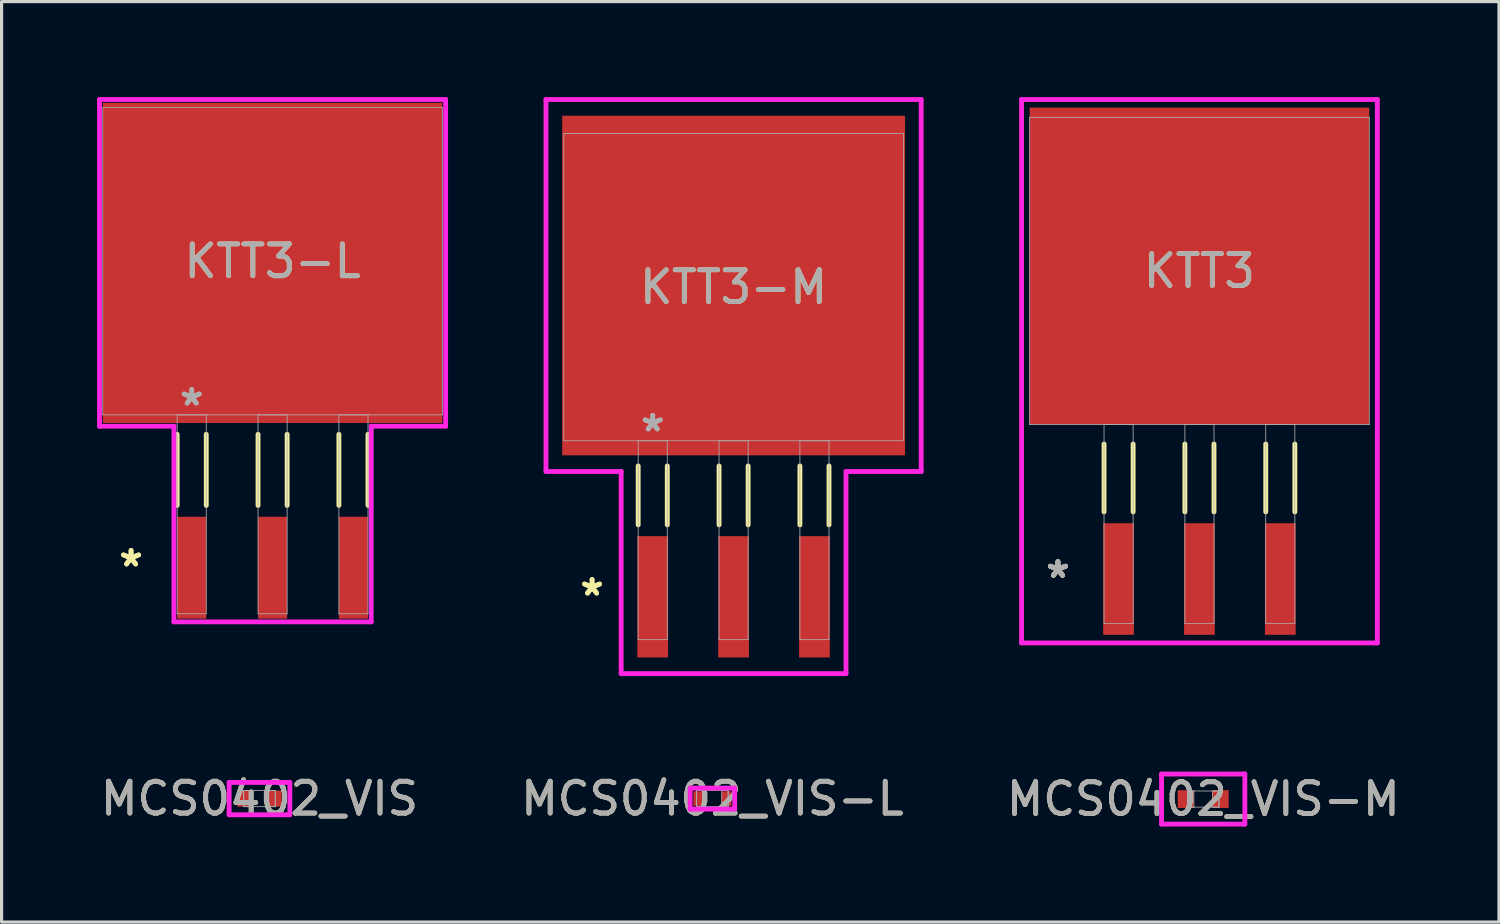
<source format=kicad_pcb>
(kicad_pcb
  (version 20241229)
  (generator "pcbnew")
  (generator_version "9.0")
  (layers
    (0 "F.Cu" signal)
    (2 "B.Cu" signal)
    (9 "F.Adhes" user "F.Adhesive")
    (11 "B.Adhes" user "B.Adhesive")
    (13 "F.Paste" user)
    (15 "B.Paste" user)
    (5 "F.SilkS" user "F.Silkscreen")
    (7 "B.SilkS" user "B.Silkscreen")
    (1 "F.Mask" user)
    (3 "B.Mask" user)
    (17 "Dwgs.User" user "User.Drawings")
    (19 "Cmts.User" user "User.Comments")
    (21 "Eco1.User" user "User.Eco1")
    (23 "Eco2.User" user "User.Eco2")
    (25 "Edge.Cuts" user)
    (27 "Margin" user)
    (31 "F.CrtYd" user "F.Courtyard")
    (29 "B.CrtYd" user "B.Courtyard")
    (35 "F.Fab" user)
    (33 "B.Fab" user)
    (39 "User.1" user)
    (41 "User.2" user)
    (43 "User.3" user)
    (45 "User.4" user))
  (footprint "KTT3"
    (layer "F.Cu")
    (at 34.626 5.461)
    (property "Reference" "KTT3" (at 0 0 0) (unlocked yes) (layer "F.SilkS") (effects (font (size 1 1) (thickness 0.15))))
    (attr smd)
    (fp_line (start -2.997 5.436) (end -2.997 7.569) (stroke (width 0.152) (type solid)) (layer "F.SilkS"))
    (fp_line (start -2.083 5.436) (end -2.083 7.569) (stroke (width 0.152) (type solid)) (layer "F.SilkS"))
    (fp_line (start -0.457 5.436) (end -0.457 7.569) (stroke (width 0.152) (type solid)) (layer "F.SilkS"))
    (fp_line (start 0.457 5.436) (end 0.457 7.569) (stroke (width 0.152) (type solid)) (layer "F.SilkS"))
    (fp_line (start 2.083 5.436) (end 2.083 7.569) (stroke (width 0.152) (type solid)) (layer "F.SilkS"))
    (fp_line (start 2.997 5.436) (end 2.997 7.569) (stroke (width 0.152) (type solid)) (layer "F.SilkS"))
    (fp_line (start -5.588 -5.385) (end 5.588 -5.385) (stroke (width 0.152) (type solid)) (layer "F.CrtYd"))
    (fp_line (start -5.588 11.684) (end -5.588 -5.385) (stroke (width 0.152) (type solid)) (layer "F.CrtYd"))
    (fp_line (start 5.588 -5.385) (end 5.588 11.684) (stroke (width 0.152) (type solid)) (layer "F.CrtYd"))
    (fp_line (start 5.588 11.684) (end -5.588 11.684) (stroke (width 0.152) (type solid)) (layer "F.CrtYd"))
    (fp_line (start -5.334 -4.826) (end -5.334 4.826) (stroke (width 0.025) (type solid)) (layer "F.Fab"))
    (fp_line (start -5.334 4.826) (end 5.334 4.826) (stroke (width 0.025) (type solid)) (layer "F.Fab"))
    (fp_line (start -2.997 4.826) (end -2.997 11.074) (stroke (width 0.025) (type solid)) (layer "F.Fab"))
    (fp_line (start -2.997 11.074) (end -2.083 11.074) (stroke (width 0.025) (type solid)) (layer "F.Fab"))
    (fp_line (start -2.083 4.826) (end -2.997 4.826) (stroke (width 0.025) (type solid)) (layer "F.Fab"))
    (fp_line (start -2.083 11.074) (end -2.083 4.826) (stroke (width 0.025) (type solid)) (layer "F.Fab"))
    (fp_line (start -0.457 4.826) (end -0.457 11.074) (stroke (width 0.025) (type solid)) (layer "F.Fab"))
    (fp_line (start -0.457 11.074) (end 0.457 11.074) (stroke (width 0.025) (type solid)) (layer "F.Fab"))
    (fp_line (start 0.457 4.826) (end -0.457 4.826) (stroke (width 0.025) (type solid)) (layer "F.Fab"))
    (fp_line (start 0.457 11.074) (end 0.457 4.826) (stroke (width 0.025) (type solid)) (layer "F.Fab"))
    (fp_line (start 2.083 4.826) (end 2.083 11.074) (stroke (width 0.025) (type solid)) (layer "F.Fab"))
    (fp_line (start 2.083 11.074) (end 2.997 11.074) (stroke (width 0.025) (type solid)) (layer "F.Fab"))
    (fp_line (start 2.997 4.826) (end 2.083 4.826) (stroke (width 0.025) (type solid)) (layer "F.Fab"))
    (fp_line (start 2.997 11.074) (end 2.997 4.826) (stroke (width 0.025) (type solid)) (layer "F.Fab"))
    (fp_line (start 5.334 -4.826) (end -5.334 -4.826) (stroke (width 0.025) (type solid)) (layer "F.Fab"))
    (fp_line (start 5.334 4.826) (end 5.334 -4.826) (stroke (width 0.025) (type solid)) (layer "F.Fab"))
    (fp_text user "*" (at -4.445 9.677 0) (unlocked yes) (layer "F.SilkS") (effects (font (size 1 1) (thickness 0.15))))
    (fp_text user "*" (at -4.445 9.677 0) (layer "F.SilkS") (effects (font (size 1 1) (thickness 0.15))))
    (fp_text user "*" (at -4.445 9.677 0) (layer "F.Fab") (effects (font (size 1 1) (thickness 0.15))))
    (fp_text user "*" (at -4.445 9.677 0) (unlocked yes) (layer "F.Fab") (effects (font (size 1 1) (thickness 0.15))))
    (fp_text user "${REFERENCE}" (at 0 0 0) (unlocked yes) (layer "F.Fab") (effects (font (size 1 1) (thickness 0.15))))
    (pad "1" smd rect (at -2.54 9.677) (size 0.965 3.505) (layers "F.Cu" "F.Mask" "F.Paste"))
    (pad "2" smd rect (at 0 9.677) (size 0.965 3.505) (layers "F.Cu" "F.Mask" "F.Paste"))
    (pad "3" smd rect (at 2.54 9.677) (size 0.965 3.505) (layers "F.Cu" "F.Mask" "F.Paste"))
    (pad "4" smd rect (at 0 -0.152) (size 10.668 9.957) (layers "F.Cu" "F.Mask" "F.Paste")))
  (footprint "MCS0402_VIS-L"
    (layer "F.Cu")
    (at 19.327 22.035)
    (property "Reference" "MCS0402_VIS-L" (at 0 0 0) (unlocked yes) (layer "F.SilkS") (effects (font (size 1 1) (thickness 0.15))))
    (attr smd)
    (fp_line (start -0.699 -0.33) (end 0.699 -0.33) (stroke (width 0.152) (type solid)) (layer "F.CrtYd"))
    (fp_line (start -0.699 0.33) (end -0.699 -0.33) (stroke (width 0.152) (type solid)) (layer "F.CrtYd"))
    (fp_line (start 0.699 -0.33) (end 0.699 0.33) (stroke (width 0.152) (type solid)) (layer "F.CrtYd"))
    (fp_line (start 0.699 0.33) (end -0.699 0.33) (stroke (width 0.152) (type solid)) (layer "F.CrtYd"))
    (fp_line (start -0.495 -0.254) (end -0.495 0.254) (stroke (width 0.025) (type solid)) (layer "F.Fab"))
    (fp_line (start -0.495 -0.254) (end -0.495 0.254) (stroke (width 0.025) (type solid)) (layer "F.Fab"))
    (fp_line (start -0.495 0.254) (end -0.292 0.254) (stroke (width 0.025) (type solid)) (layer "F.Fab"))
    (fp_line (start -0.495 0.254) (end 0.495 0.254) (stroke (width 0.025) (type solid)) (layer "F.Fab"))
    (fp_line (start -0.292 -0.254) (end -0.495 -0.254) (stroke (width 0.025) (type solid)) (layer "F.Fab"))
    (fp_line (start -0.292 0.254) (end -0.292 -0.254) (stroke (width 0.025) (type solid)) (layer "F.Fab"))
    (fp_line (start 0.292 -0.254) (end 0.292 0.254) (stroke (width 0.025) (type solid)) (layer "F.Fab"))
    (fp_line (start 0.292 0.254) (end 0.495 0.254) (stroke (width 0.025) (type solid)) (layer "F.Fab"))
    (fp_line (start 0.495 -0.254) (end -0.495 -0.254) (stroke (width 0.025) (type solid)) (layer "F.Fab"))
    (fp_line (start 0.495 -0.254) (end 0.292 -0.254) (stroke (width 0.025) (type solid)) (layer "F.Fab"))
    (fp_line (start 0.495 0.254) (end 0.495 -0.254) (stroke (width 0.025) (type solid)) (layer "F.Fab"))
    (fp_line (start 0.495 0.254) (end 0.495 -0.254) (stroke (width 0.025) (type solid)) (layer "F.Fab"))
    (fp_text user "${REFERENCE}" (at 0 0 0) (unlocked yes) (layer "F.Fab") (effects (font (size 1 1) (thickness 0.15))))
    (pad "1" smd rect (at -0.445 0) (size 0.305 0.457) (layers "F.Cu" "F.Mask" "F.Paste"))
    (pad "2" smd rect (at 0.445 0) (size 0.305 0.457) (layers "F.Cu" "F.Mask" "F.Paste"))
    (zone (net_name "") (layer "F.Cu") (hatch full 0.508) (connect_pads) (min_thickness 0.254) (filled_areas_thickness no) (keepout (tracks not_allowed) (vias not_allowed) (pads allowed) (copperpour not_allowed) (footprints allowed)) (placement (enabled no)) (fill) (polygon (pts (xy 19.086 21.831) (xy 19.569 21.831) (xy 19.569 22.238) (xy 19.086 22.238)))))
  (footprint "KTT3-M"
    (layer "F.Cu")
    (at 19.993 5.969)
    (property "Reference" "KTT3-M" (at 0 0 0) (unlocked yes) (layer "F.SilkS") (effects (font (size 1 1) (thickness 0.15))))
    (attr smd)
    (fp_line (start -2.997 5.616) (end -2.997 7.468) (stroke (width 0.152) (type solid)) (layer "F.SilkS"))
    (fp_line (start -2.083 5.616) (end -2.083 7.468) (stroke (width 0.152) (type solid)) (layer "F.SilkS"))
    (fp_line (start -0.457 5.616) (end -0.457 7.468) (stroke (width 0.152) (type solid)) (layer "F.SilkS"))
    (fp_line (start 0.457 5.616) (end 0.457 7.468) (stroke (width 0.152) (type solid)) (layer "F.SilkS"))
    (fp_line (start 2.083 5.616) (end 2.083 7.468) (stroke (width 0.152) (type solid)) (layer "F.SilkS"))
    (fp_line (start 2.997 5.616) (end 2.997 7.468) (stroke (width 0.152) (type solid)) (layer "F.SilkS"))
    (fp_line (start -5.893 -5.893) (end 5.893 -5.893) (stroke (width 0.152) (type solid)) (layer "F.CrtYd"))
    (fp_line (start -5.893 5.791) (end -5.893 -5.893) (stroke (width 0.152) (type solid)) (layer "F.CrtYd"))
    (fp_line (start -3.531 5.791) (end -5.893 5.791) (stroke (width 0.152) (type solid)) (layer "F.CrtYd"))
    (fp_line (start -3.531 12.141) (end -3.531 5.791) (stroke (width 0.152) (type solid)) (layer "F.CrtYd"))
    (fp_line (start 3.531 5.791) (end 3.531 12.141) (stroke (width 0.152) (type solid)) (layer "F.CrtYd"))
    (fp_line (start 3.531 12.141) (end -3.531 12.141) (stroke (width 0.152) (type solid)) (layer "F.CrtYd"))
    (fp_line (start 5.893 -5.893) (end 5.893 5.791) (stroke (width 0.152) (type solid)) (layer "F.CrtYd"))
    (fp_line (start 5.893 5.791) (end 3.531 5.791) (stroke (width 0.152) (type solid)) (layer "F.CrtYd"))
    (fp_line (start -5.334 -4.826) (end -5.334 4.826) (stroke (width 0.025) (type solid)) (layer "F.Fab"))
    (fp_line (start -5.334 4.826) (end 5.334 4.826) (stroke (width 0.025) (type solid)) (layer "F.Fab"))
    (fp_line (start -2.997 4.826) (end -2.997 11.074) (stroke (width 0.025) (type solid)) (layer "F.Fab"))
    (fp_line (start -2.997 11.074) (end -2.083 11.074) (stroke (width 0.025) (type solid)) (layer "F.Fab"))
    (fp_line (start -2.083 4.826) (end -2.997 4.826) (stroke (width 0.025) (type solid)) (layer "F.Fab"))
    (fp_line (start -2.083 11.074) (end -2.083 4.826) (stroke (width 0.025) (type solid)) (layer "F.Fab"))
    (fp_line (start -0.457 4.826) (end -0.457 11.074) (stroke (width 0.025) (type solid)) (layer "F.Fab"))
    (fp_line (start -0.457 11.074) (end 0.457 11.074) (stroke (width 0.025) (type solid)) (layer "F.Fab"))
    (fp_line (start 0.457 4.826) (end -0.457 4.826) (stroke (width 0.025) (type solid)) (layer "F.Fab"))
    (fp_line (start 0.457 11.074) (end 0.457 4.826) (stroke (width 0.025) (type solid)) (layer "F.Fab"))
    (fp_line (start 2.083 4.826) (end 2.083 11.074) (stroke (width 0.025) (type solid)) (layer "F.Fab"))
    (fp_line (start 2.083 11.074) (end 2.997 11.074) (stroke (width 0.025) (type solid)) (layer "F.Fab"))
    (fp_line (start 2.997 4.826) (end 2.083 4.826) (stroke (width 0.025) (type solid)) (layer "F.Fab"))
    (fp_line (start 2.997 11.074) (end 2.997 4.826) (stroke (width 0.025) (type solid)) (layer "F.Fab"))
    (fp_line (start 5.334 -4.826) (end -5.334 -4.826) (stroke (width 0.025) (type solid)) (layer "F.Fab"))
    (fp_line (start 5.334 4.826) (end 5.334 -4.826) (stroke (width 0.025) (type solid)) (layer "F.Fab"))
    (fp_text user "*" (at -4.445 9.728 0) (layer "F.SilkS") (effects (font (size 1 1) (thickness 0.15))))
    (fp_text user "*" (at -4.445 9.728 0) (unlocked yes) (layer "F.SilkS") (effects (font (size 1 1) (thickness 0.15))))
    (fp_text user "${REFERENCE}" (at 0 0 0) (unlocked yes) (layer "F.Fab") (effects (font (size 1 1) (thickness 0.15))))
    (fp_text user "*" (at -2.54 4.572 0) (unlocked yes) (layer "F.Fab") (effects (font (size 1 1) (thickness 0.15))))
    (fp_text user "*" (at -2.54 4.572 0) (layer "F.Fab") (effects (font (size 1 1) (thickness 0.15))))
    (pad "1" smd rect (at -2.54 9.728) (size 0.965 3.81) (layers "F.Cu" "F.Mask" "F.Paste"))
    (pad "2" smd rect (at 0 9.728) (size 0.965 3.81) (layers "F.Cu" "F.Mask" "F.Paste"))
    (pad "3" smd rect (at 2.54 9.728) (size 0.965 3.81) (layers "F.Cu" "F.Mask" "F.Paste"))
    (pad "4" smd rect (at 0 -0.051) (size 10.77 10.668) (layers "F.Cu" "F.Mask" "F.Paste")))
  (footprint "MCS0402_VIS-M"
    (layer "F.Cu")
    (at 34.744 22.05)
    (property "Reference" "MCS0402_VIS-M" (at 0 0 0) (unlocked yes) (layer "F.SilkS") (effects (font (size 1 1) (thickness 0.15))))
    (attr smd)
    (fp_line (start -1.308 -0.787) (end 1.308 -0.787) (stroke (width 0.152) (type solid)) (layer "F.CrtYd"))
    (fp_line (start -1.308 0.787) (end -1.308 -0.787) (stroke (width 0.152) (type solid)) (layer "F.CrtYd"))
    (fp_line (start 1.308 -0.787) (end 1.308 0.787) (stroke (width 0.152) (type solid)) (layer "F.CrtYd"))
    (fp_line (start 1.308 0.787) (end -1.308 0.787) (stroke (width 0.152) (type solid)) (layer "F.CrtYd"))
    (fp_line (start -0.495 -0.254) (end -0.495 0.254) (stroke (width 0.025) (type solid)) (layer "F.Fab"))
    (fp_line (start -0.495 -0.254) (end -0.495 0.254) (stroke (width 0.025) (type solid)) (layer "F.Fab"))
    (fp_line (start -0.495 0.254) (end -0.292 0.254) (stroke (width 0.025) (type solid)) (layer "F.Fab"))
    (fp_line (start -0.495 0.254) (end 0.495 0.254) (stroke (width 0.025) (type solid)) (layer "F.Fab"))
    (fp_line (start -0.292 -0.254) (end -0.495 -0.254) (stroke (width 0.025) (type solid)) (layer "F.Fab"))
    (fp_line (start -0.292 0.254) (end -0.292 -0.254) (stroke (width 0.025) (type solid)) (layer "F.Fab"))
    (fp_line (start 0.292 -0.254) (end 0.292 0.254) (stroke (width 0.025) (type solid)) (layer "F.Fab"))
    (fp_line (start 0.292 0.254) (end 0.495 0.254) (stroke (width 0.025) (type solid)) (layer "F.Fab"))
    (fp_line (start 0.495 -0.254) (end -0.495 -0.254) (stroke (width 0.025) (type solid)) (layer "F.Fab"))
    (fp_line (start 0.495 -0.254) (end 0.292 -0.254) (stroke (width 0.025) (type solid)) (layer "F.Fab"))
    (fp_line (start 0.495 0.254) (end 0.495 -0.254) (stroke (width 0.025) (type solid)) (layer "F.Fab"))
    (fp_line (start 0.495 0.254) (end 0.495 -0.254) (stroke (width 0.025) (type solid)) (layer "F.Fab"))
    (fp_text user "${REFERENCE}" (at 0 0 0) (unlocked yes) (layer "F.Fab") (effects (font (size 1 1) (thickness 0.15))))
    (pad "1" smd rect (at -0.546 0) (size 0.508 0.559) (layers "F.Cu" "F.Mask" "F.Paste"))
    (pad "2" smd rect (at 0.546 0) (size 0.508 0.559) (layers "F.Cu" "F.Mask" "F.Paste"))
    (zone (net_name "") (layer "F.Cu") (hatch full 0.508) (connect_pads) (min_thickness 0.254) (filled_areas_thickness no) (keepout (tracks not_allowed) (vias not_allowed) (pads allowed) (copperpour not_allowed) (footprints allowed)) (placement (enabled no)) (fill) (polygon (pts (xy 34.503 21.847) (xy 34.985 21.847) (xy 34.985 22.253) (xy 34.503 22.253)))))
  (footprint "KTT3-L"
    (layer "F.Cu")
    (at 5.512 5.156)
    (property "Reference" "KTT3-L" (at 0 0 0) (unlocked yes) (layer "F.SilkS") (effects (font (size 1 1) (thickness 0.15))))
    (attr smd)
    (fp_line (start -2.997 5.436) (end -2.997 7.671) (stroke (width 0.152) (type solid)) (layer "F.SilkS"))
    (fp_line (start -2.083 5.436) (end -2.083 7.671) (stroke (width 0.152) (type solid)) (layer "F.SilkS"))
    (fp_line (start -0.457 5.436) (end -0.457 7.671) (stroke (width 0.152) (type solid)) (layer "F.SilkS"))
    (fp_line (start 0.457 5.436) (end 0.457 7.671) (stroke (width 0.152) (type solid)) (layer "F.SilkS"))
    (fp_line (start 2.083 5.436) (end 2.083 7.671) (stroke (width 0.152) (type solid)) (layer "F.SilkS"))
    (fp_line (start 2.997 5.436) (end 2.997 7.671) (stroke (width 0.152) (type solid)) (layer "F.SilkS"))
    (fp_line (start -5.436 -5.08) (end 5.436 -5.08) (stroke (width 0.152) (type solid)) (layer "F.CrtYd"))
    (fp_line (start -5.436 5.182) (end -5.436 -5.08) (stroke (width 0.152) (type solid)) (layer "F.CrtYd"))
    (fp_line (start -3.099 5.182) (end -5.436 5.182) (stroke (width 0.152) (type solid)) (layer "F.CrtYd"))
    (fp_line (start -3.099 11.328) (end -3.099 5.182) (stroke (width 0.152) (type solid)) (layer "F.CrtYd"))
    (fp_line (start 3.099 5.182) (end 3.099 11.328) (stroke (width 0.152) (type solid)) (layer "F.CrtYd"))
    (fp_line (start 3.099 11.328) (end -3.099 11.328) (stroke (width 0.152) (type solid)) (layer "F.CrtYd"))
    (fp_line (start 5.436 -5.08) (end 5.436 5.182) (stroke (width 0.152) (type solid)) (layer "F.CrtYd"))
    (fp_line (start 5.436 5.182) (end 3.099 5.182) (stroke (width 0.152) (type solid)) (layer "F.CrtYd"))
    (fp_line (start -5.334 -4.826) (end -5.334 4.826) (stroke (width 0.025) (type solid)) (layer "F.Fab"))
    (fp_line (start -5.334 4.826) (end 5.334 4.826) (stroke (width 0.025) (type solid)) (layer "F.Fab"))
    (fp_line (start -2.997 4.826) (end -2.997 11.074) (stroke (width 0.025) (type solid)) (layer "F.Fab"))
    (fp_line (start -2.997 11.074) (end -2.083 11.074) (stroke (width 0.025) (type solid)) (layer "F.Fab"))
    (fp_line (start -2.083 4.826) (end -2.997 4.826) (stroke (width 0.025) (type solid)) (layer "F.Fab"))
    (fp_line (start -2.083 11.074) (end -2.083 4.826) (stroke (width 0.025) (type solid)) (layer "F.Fab"))
    (fp_line (start -0.457 4.826) (end -0.457 11.074) (stroke (width 0.025) (type solid)) (layer "F.Fab"))
    (fp_line (start -0.457 11.074) (end 0.457 11.074) (stroke (width 0.025) (type solid)) (layer "F.Fab"))
    (fp_line (start 0.457 4.826) (end -0.457 4.826) (stroke (width 0.025) (type solid)) (layer "F.Fab"))
    (fp_line (start 0.457 11.074) (end 0.457 4.826) (stroke (width 0.025) (type solid)) (layer "F.Fab"))
    (fp_line (start 2.083 4.826) (end 2.083 11.074) (stroke (width 0.025) (type solid)) (layer "F.Fab"))
    (fp_line (start 2.083 11.074) (end 2.997 11.074) (stroke (width 0.025) (type solid)) (layer "F.Fab"))
    (fp_line (start 2.997 4.826) (end 2.083 4.826) (stroke (width 0.025) (type solid)) (layer "F.Fab"))
    (fp_line (start 2.997 11.074) (end 2.997 4.826) (stroke (width 0.025) (type solid)) (layer "F.Fab"))
    (fp_line (start 5.334 -4.826) (end -5.334 -4.826) (stroke (width 0.025) (type solid)) (layer "F.Fab"))
    (fp_line (start 5.334 4.826) (end 5.334 -4.826) (stroke (width 0.025) (type solid)) (layer "F.Fab"))
    (fp_text user "*" (at -4.445 9.627 0) (unlocked yes) (layer "F.SilkS") (effects (font (size 1 1) (thickness 0.15))))
    (fp_text user "*" (at -4.445 9.627 0) (layer "F.SilkS") (effects (font (size 1 1) (thickness 0.15))))
    (fp_text user "${REFERENCE}" (at 0 0 0) (unlocked yes) (layer "F.Fab") (effects (font (size 1 1) (thickness 0.15))))
    (fp_text user "*" (at -2.54 4.572 0) (layer "F.Fab") (effects (font (size 1 1) (thickness 0.15))))
    (fp_text user "*" (at -2.54 4.572 0) (unlocked yes) (layer "F.Fab") (effects (font (size 1 1) (thickness 0.15))))
    (pad "1" smd rect (at -2.54 9.627) (size 0.914 3.2) (layers "F.Cu" "F.Mask" "F.Paste"))
    (pad "2" smd rect (at 0 9.627) (size 0.914 3.2) (layers "F.Cu" "F.Mask" "F.Paste"))
    (pad "3" smd rect (at 2.54 9.627) (size 0.914 3.2) (layers "F.Cu" "F.Mask" "F.Paste"))
    (pad "4" smd rect (at 0 0.051) (size 10.668 10.058) (layers "F.Cu" "F.Mask" "F.Paste")))
  (footprint "MCS0402_VIS"
    (layer "F.Cu")
    (at 5.101 22.035)
    (property "Reference" "MCS0402_VIS" (at 0 0 0) (unlocked yes) (layer "F.SilkS") (effects (font (size 1 1) (thickness 0.15))))
    (attr smd)
    (fp_line (start -0.953 -0.508) (end 0.953 -0.508) (stroke (width 0.152) (type solid)) (layer "F.CrtYd"))
    (fp_line (start -0.953 0.508) (end -0.953 -0.508) (stroke (width 0.152) (type solid)) (layer "F.CrtYd"))
    (fp_line (start 0.953 -0.508) (end 0.953 0.508) (stroke (width 0.152) (type solid)) (layer "F.CrtYd"))
    (fp_line (start 0.953 0.508) (end -0.953 0.508) (stroke (width 0.152) (type solid)) (layer "F.CrtYd"))
    (fp_line (start -0.495 -0.254) (end -0.495 0.254) (stroke (width 0.025) (type solid)) (layer "F.Fab"))
    (fp_line (start -0.495 -0.254) (end -0.495 0.254) (stroke (width 0.025) (type solid)) (layer "F.Fab"))
    (fp_line (start -0.495 0.254) (end -0.292 0.254) (stroke (width 0.025) (type solid)) (layer "F.Fab"))
    (fp_line (start -0.495 0.254) (end 0.495 0.254) (stroke (width 0.025) (type solid)) (layer "F.Fab"))
    (fp_line (start -0.292 -0.254) (end -0.495 -0.254) (stroke (width 0.025) (type solid)) (layer "F.Fab"))
    (fp_line (start -0.292 0.254) (end -0.292 -0.254) (stroke (width 0.025) (type solid)) (layer "F.Fab"))
    (fp_line (start 0.292 -0.254) (end 0.292 0.254) (stroke (width 0.025) (type solid)) (layer "F.Fab"))
    (fp_line (start 0.292 0.254) (end 0.495 0.254) (stroke (width 0.025) (type solid)) (layer "F.Fab"))
    (fp_line (start 0.495 -0.254) (end -0.495 -0.254) (stroke (width 0.025) (type solid)) (layer "F.Fab"))
    (fp_line (start 0.495 -0.254) (end 0.292 -0.254) (stroke (width 0.025) (type solid)) (layer "F.Fab"))
    (fp_line (start 0.495 0.254) (end 0.495 -0.254) (stroke (width 0.025) (type solid)) (layer "F.Fab"))
    (fp_line (start 0.495 0.254) (end 0.495 -0.254) (stroke (width 0.025) (type solid)) (layer "F.Fab"))
    (fp_text user "${REFERENCE}" (at 0 0 0) (unlocked yes) (layer "F.Fab") (effects (font (size 1 1) (thickness 0.15))))
    (pad "1" smd rect (at -0.495 0) (size 0.406 0.508) (layers "F.Cu" "F.Mask" "F.Paste"))
    (pad "2" smd rect (at 0.495 0) (size 0.406 0.508) (layers "F.Cu" "F.Mask" "F.Paste"))
    (zone (net_name "") (layer "F.Cu") (hatch full 0.508) (connect_pads) (min_thickness 0.254) (filled_areas_thickness no) (keepout (tracks not_allowed) (vias not_allowed) (pads allowed) (copperpour not_allowed) (footprints allowed)) (placement (enabled no)) (fill) (polygon (pts (xy 4.86 21.831) (xy 5.342 21.831) (xy 5.342 22.238) (xy 4.86 22.238)))))
  (gr_rect
    (start -3 -3)
    (end 44.036 25.914)
    (stroke (width 0.1) (type default))
    (fill no)
    (layer "Edge.Cuts")))
</source>
